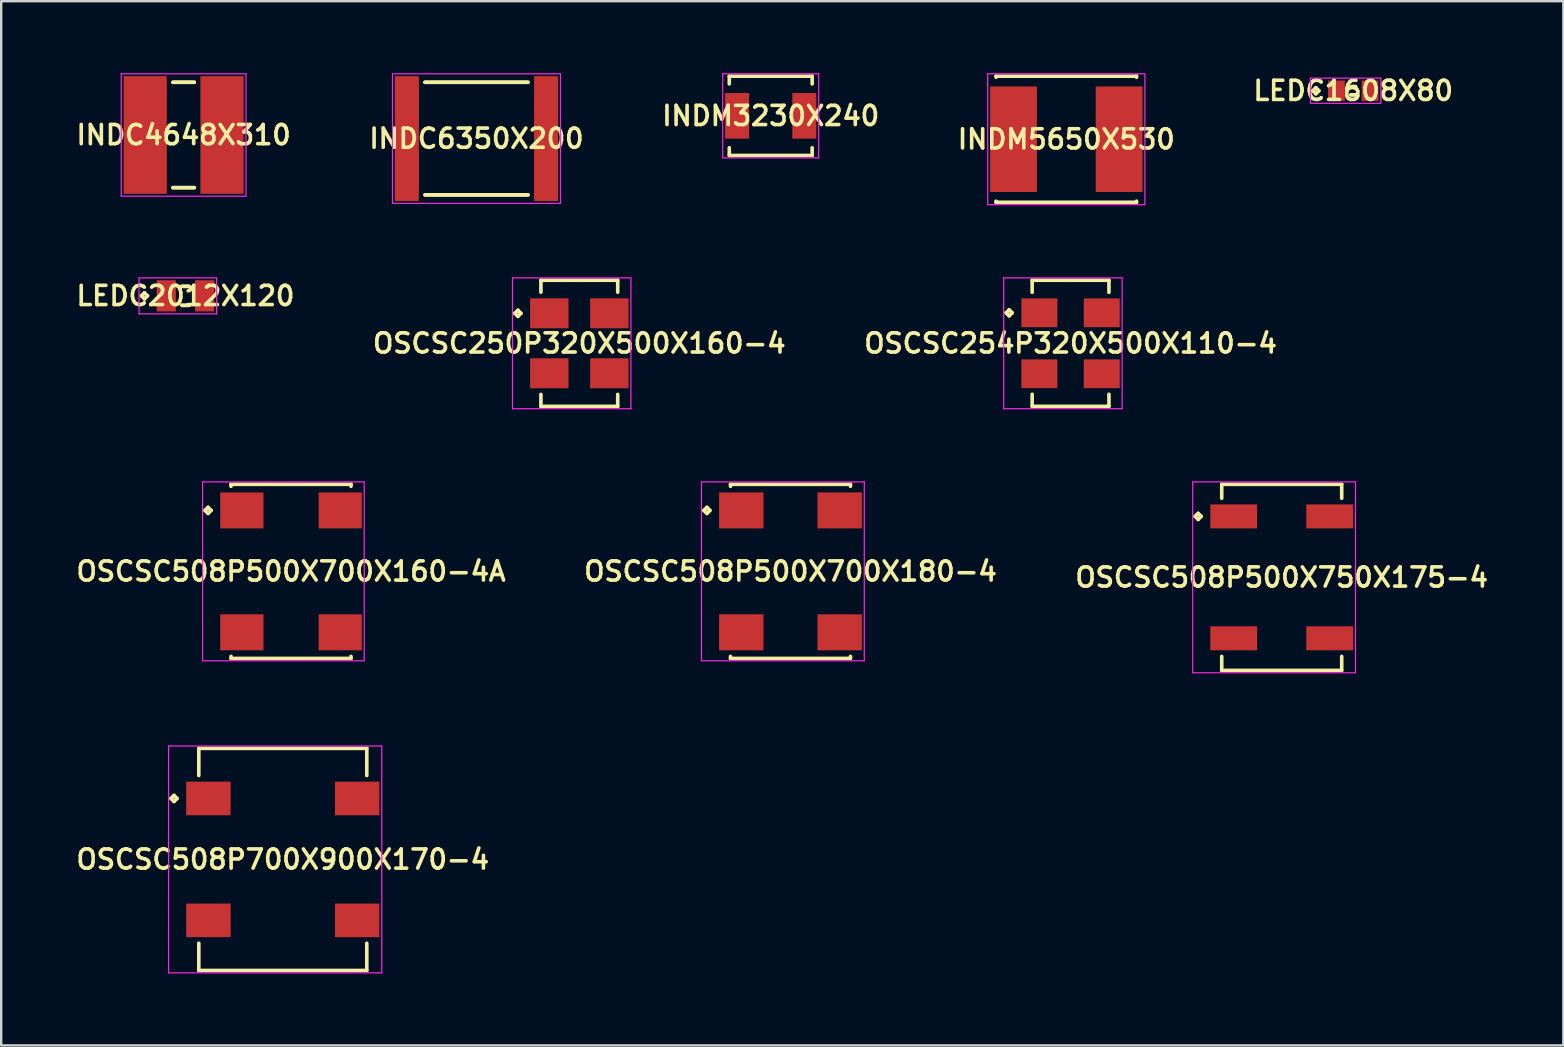
<source format=kicad_pcb>
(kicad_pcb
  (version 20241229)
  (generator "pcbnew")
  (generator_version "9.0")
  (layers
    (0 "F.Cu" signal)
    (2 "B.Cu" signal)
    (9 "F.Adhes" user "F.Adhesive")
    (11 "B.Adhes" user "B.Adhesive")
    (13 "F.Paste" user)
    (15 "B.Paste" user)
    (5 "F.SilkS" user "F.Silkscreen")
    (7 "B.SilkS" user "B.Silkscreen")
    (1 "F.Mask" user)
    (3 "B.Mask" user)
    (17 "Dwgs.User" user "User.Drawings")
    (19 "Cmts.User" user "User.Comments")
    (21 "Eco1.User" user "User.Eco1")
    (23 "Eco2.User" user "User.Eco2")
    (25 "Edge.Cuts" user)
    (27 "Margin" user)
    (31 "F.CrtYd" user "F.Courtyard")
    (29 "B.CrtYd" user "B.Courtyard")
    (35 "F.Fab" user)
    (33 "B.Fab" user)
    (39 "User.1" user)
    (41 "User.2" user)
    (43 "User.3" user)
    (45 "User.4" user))
  (footprint "INDC6350X200"
    (layer "F.Cu")
    (at 16.806 2.725)
    (property "Reference" "INDC6350X200" (at 0 0 0) (layer "F.SilkS") (effects (font (size 0.8 0.8) (thickness 0.15))))
    (attr smd)
    (fp_line (start -2.146 -2.346) (end 2.146 -2.346) (stroke (width 0.15) (type solid)) (layer "F.SilkS"))
    (fp_line (start -2.146 2.346) (end 2.146 2.346) (stroke (width 0.15) (type solid)) (layer "F.SilkS"))
    (fp_line (start 2.146 -2.346) (end -2.146 -2.346) (stroke (width 0.15) (type solid)) (layer "F.SilkS"))
    (fp_line (start 2.146 2.346) (end -2.146 2.346) (stroke (width 0.15) (type solid)) (layer "F.SilkS"))
    (fp_line (start -3.5 -2.7) (end 3.5 -2.7) (stroke (width 0.05) (type solid)) (layer "F.CrtYd"))
    (fp_line (start -3.5 2.7) (end -3.5 -2.7) (stroke (width 0.05) (type solid)) (layer "F.CrtYd"))
    (fp_line (start 3.5 -2.7) (end 3.5 2.7) (stroke (width 0.05) (type solid)) (layer "F.CrtYd"))
    (fp_line (start 3.5 2.7) (end -3.5 2.7) (stroke (width 0.05) (type solid)) (layer "F.CrtYd"))
    (pad "1" smd rect (at -2.9 0) (size 1 5.2) (layers "F.Cu" "F.Mask" "F.Paste"))
    (pad "2" smd rect (at 2.9 0) (size 1 5.2) (layers "F.Cu" "F.Mask" "F.Paste")))
  (footprint "LEDC1608X80"
    (layer "F.Cu")
    (at 53.343 0.731)
    (property "Reference" "LEDC1608X80" (at 0 0 0) (layer "F.SilkS") (effects (font (size 0.8 0.8) (thickness 0.15))))
    (attr smd)
    (fp_line (start -1.685 0) (end -1.558 -0.127) (stroke (width 0.15) (type solid)) (layer "F.SilkS"))
    (fp_line (start -1.558 -0.127) (end -1.431 0) (stroke (width 0.15) (type solid)) (layer "F.SilkS"))
    (fp_line (start -1.558 0.127) (end -1.685 0) (stroke (width 0.15) (type solid)) (layer "F.SilkS"))
    (fp_line (start -1.431 0) (end -1.558 0.127) (stroke (width 0.15) (type solid)) (layer "F.SilkS"))
    (fp_line (start -0.096 -0.171) (end 0.096 -0.171) (stroke (width 0.15) (type solid)) (layer "F.SilkS"))
    (fp_line (start -0.096 0.171) (end 0.096 0.171) (stroke (width 0.15) (type solid)) (layer "F.SilkS"))
    (fp_line (start 0.096 -0.171) (end -0.096 -0.171) (stroke (width 0.15) (type solid)) (layer "F.SilkS"))
    (fp_line (start 0.096 0.171) (end -0.096 0.171) (stroke (width 0.15) (type solid)) (layer "F.SilkS"))
    (fp_line (start -1.785 -0.525) (end 1.15 -0.525) (stroke (width 0.05) (type solid)) (layer "F.CrtYd"))
    (fp_line (start -1.785 0.525) (end -1.785 -0.525) (stroke (width 0.05) (type solid)) (layer "F.CrtYd"))
    (fp_line (start 1.15 -0.525) (end 1.15 0.525) (stroke (width 0.05) (type solid)) (layer "F.CrtYd"))
    (fp_line (start 1.15 0.525) (end -1.785 0.525) (stroke (width 0.05) (type solid)) (layer "F.CrtYd"))
    (pad "1" smd rect (at -0.7 0) (size 0.7 0.85) (layers "F.Cu" "F.Mask" "F.Paste"))
    (pad "2" smd rect (at 0.7 0) (size 0.7 0.85) (layers "F.Cu" "F.Mask" "F.Paste")))
  (footprint "INDM3230X240"
    (layer "F.Cu")
    (at 29.068 1.777)
    (property "Reference" "INDM3230X240" (at 0 0 0) (layer "F.SilkS") (effects (font (size 0.8 0.8) (thickness 0.15))))
    (attr smd)
    (fp_line (start -1.727 -1.652) (end 1.727 -1.652) (stroke (width 0.15) (type solid)) (layer "F.SilkS"))
    (fp_line (start -1.727 -1.331) (end -1.727 -1.652) (stroke (width 0.15) (type solid)) (layer "F.SilkS"))
    (fp_line (start -1.727 1.331) (end -1.727 1.652) (stroke (width 0.15) (type solid)) (layer "F.SilkS"))
    (fp_line (start -1.727 1.652) (end 1.727 1.652) (stroke (width 0.15) (type solid)) (layer "F.SilkS"))
    (fp_line (start 1.727 -1.652) (end 1.727 -1.331) (stroke (width 0.15) (type solid)) (layer "F.SilkS"))
    (fp_line (start 1.727 1.652) (end 1.727 1.331) (stroke (width 0.15) (type solid)) (layer "F.SilkS"))
    (fp_line (start -2 -1.752) (end 2 -1.752) (stroke (width 0.05) (type solid)) (layer "F.CrtYd"))
    (fp_line (start -2 1.752) (end -2 -1.752) (stroke (width 0.05) (type solid)) (layer "F.CrtYd"))
    (fp_line (start 2 -1.752) (end 2 1.752) (stroke (width 0.05) (type solid)) (layer "F.CrtYd"))
    (fp_line (start 2 1.752) (end -2 1.752) (stroke (width 0.05) (type solid)) (layer "F.CrtYd"))
    (pad "1" smd rect (at -1.4 0) (size 1 1.9) (layers "F.Cu" "F.Mask" "F.Paste"))
    (pad "2" smd rect (at 1.4 0) (size 1 1.9) (layers "F.Cu" "F.Mask" "F.Paste")))
  (footprint "OSCSC508P700X900X170-4"
    (layer "F.Cu")
    (at 8.735 32.764)
    (property "Reference" "OSCSC508P700X900X170-4" (at 0 0 0) (layer "F.SilkS") (effects (font (size 0.8 0.8) (thickness 0.15))))
    (attr smd)
    (fp_line (start -4.66 -2.54) (end -4.533 -2.667) (stroke (width 0.15) (type solid)) (layer "F.SilkS"))
    (fp_line (start -4.533 -2.667) (end -4.406 -2.54) (stroke (width 0.15) (type solid)) (layer "F.SilkS"))
    (fp_line (start -4.533 -2.413) (end -4.66 -2.54) (stroke (width 0.15) (type solid)) (layer "F.SilkS"))
    (fp_line (start -4.406 -2.54) (end -4.533 -2.413) (stroke (width 0.15) (type solid)) (layer "F.SilkS"))
    (fp_line (start -3.5 -4.627) (end 3.5 -4.627) (stroke (width 0.15) (type solid)) (layer "F.SilkS"))
    (fp_line (start -3.5 -3.494) (end -3.5 -4.627) (stroke (width 0.15) (type solid)) (layer "F.SilkS"))
    (fp_line (start -3.5 3.494) (end -3.5 4.627) (stroke (width 0.15) (type solid)) (layer "F.SilkS"))
    (fp_line (start -3.5 4.627) (end 3.5 4.627) (stroke (width 0.15) (type solid)) (layer "F.SilkS"))
    (fp_line (start 3.5 -4.627) (end 3.5 -3.494) (stroke (width 0.15) (type solid)) (layer "F.SilkS"))
    (fp_line (start 3.5 4.627) (end 3.5 3.494) (stroke (width 0.15) (type solid)) (layer "F.SilkS"))
    (fp_line (start -4.76 -4.727) (end 4.125 -4.727) (stroke (width 0.05) (type solid)) (layer "F.CrtYd"))
    (fp_line (start -4.76 4.727) (end -4.76 -4.727) (stroke (width 0.05) (type solid)) (layer "F.CrtYd"))
    (fp_line (start 4.125 -4.727) (end 4.125 4.727) (stroke (width 0.05) (type solid)) (layer "F.CrtYd"))
    (fp_line (start 4.125 4.727) (end -4.76 4.727) (stroke (width 0.05) (type solid)) (layer "F.CrtYd"))
    (pad "1" smd rect (at -3.1 -2.54) (size 1.85 1.4) (layers "F.Cu" "F.Mask" "F.Paste"))
    (pad "2" smd rect (at -3.1 2.54) (size 1.85 1.4) (layers "F.Cu" "F.Mask" "F.Paste"))
    (pad "3" smd rect (at 3.1 2.54) (size 1.85 1.4) (layers "F.Cu" "F.Mask" "F.Paste"))
    (pad "4" smd rect (at 3.1 -2.54) (size 1.85 1.4) (layers "F.Cu" "F.Mask" "F.Paste")))
  (footprint "OSCSC250P320X500X160-4"
    (layer "F.Cu")
    (at 21.092 11.256)
    (property "Reference" "OSCSC250P320X500X160-4" (at 0 0 0) (layer "F.SilkS") (effects (font (size 0.8 0.8) (thickness 0.15))))
    (attr smd)
    (fp_line (start -2.685 -1.25) (end -2.558 -1.377) (stroke (width 0.15) (type solid)) (layer "F.SilkS"))
    (fp_line (start -2.558 -1.377) (end -2.431 -1.25) (stroke (width 0.15) (type solid)) (layer "F.SilkS"))
    (fp_line (start -2.558 -1.123) (end -2.685 -1.25) (stroke (width 0.15) (type solid)) (layer "F.SilkS"))
    (fp_line (start -2.431 -1.25) (end -2.558 -1.123) (stroke (width 0.15) (type solid)) (layer "F.SilkS"))
    (fp_line (start -1.6 -2.627) (end 1.6 -2.627) (stroke (width 0.15) (type solid)) (layer "F.SilkS"))
    (fp_line (start -1.6 -2.129) (end -1.6 -2.627) (stroke (width 0.15) (type solid)) (layer "F.SilkS"))
    (fp_line (start -1.6 2.129) (end -1.6 2.627) (stroke (width 0.15) (type solid)) (layer "F.SilkS"))
    (fp_line (start -1.6 2.627) (end 1.6 2.627) (stroke (width 0.15) (type solid)) (layer "F.SilkS"))
    (fp_line (start 1.6 -2.627) (end 1.6 -2.129) (stroke (width 0.15) (type solid)) (layer "F.SilkS"))
    (fp_line (start 1.6 2.627) (end 1.6 2.129) (stroke (width 0.15) (type solid)) (layer "F.SilkS"))
    (fp_line (start -2.785 -2.727) (end 2.15 -2.727) (stroke (width 0.05) (type solid)) (layer "F.CrtYd"))
    (fp_line (start -2.785 2.727) (end -2.785 -2.727) (stroke (width 0.05) (type solid)) (layer "F.CrtYd"))
    (fp_line (start 2.15 -2.727) (end 2.15 2.727) (stroke (width 0.05) (type solid)) (layer "F.CrtYd"))
    (fp_line (start 2.15 2.727) (end -2.785 2.727) (stroke (width 0.05) (type solid)) (layer "F.CrtYd"))
    (pad "1" smd rect (at -1.25 -1.25) (size 1.6 1.25) (layers "F.Cu" "F.Mask" "F.Paste"))
    (pad "2" smd rect (at -1.25 1.25) (size 1.6 1.25) (layers "F.Cu" "F.Mask" "F.Paste"))
    (pad "3" smd rect (at 1.25 1.25) (size 1.6 1.25) (layers "F.Cu" "F.Mask" "F.Paste"))
    (pad "4" smd rect (at 1.25 -1.25) (size 1.6 1.25) (layers "F.Cu" "F.Mask" "F.Paste")))
  (footprint "INDC4648X310"
    (layer "F.Cu")
    (at 4.602 2.575)
    (property "Reference" "INDC4648X310" (at 0 0 0) (layer "F.SilkS") (effects (font (size 0.8 0.8) (thickness 0.15))))
    (attr smd)
    (fp_line (start -0.446 -2.196) (end 0.446 -2.196) (stroke (width 0.15) (type solid)) (layer "F.SilkS"))
    (fp_line (start -0.446 2.196) (end 0.446 2.196) (stroke (width 0.15) (type solid)) (layer "F.SilkS"))
    (fp_line (start 0.446 -2.196) (end -0.446 -2.196) (stroke (width 0.15) (type solid)) (layer "F.SilkS"))
    (fp_line (start 0.446 2.196) (end -0.446 2.196) (stroke (width 0.15) (type solid)) (layer "F.SilkS"))
    (fp_line (start -2.6 -2.55) (end 2.6 -2.55) (stroke (width 0.05) (type solid)) (layer "F.CrtYd"))
    (fp_line (start -2.6 2.55) (end -2.6 -2.55) (stroke (width 0.05) (type solid)) (layer "F.CrtYd"))
    (fp_line (start 2.6 -2.55) (end 2.6 2.55) (stroke (width 0.05) (type solid)) (layer "F.CrtYd"))
    (fp_line (start 2.6 2.55) (end -2.6 2.55) (stroke (width 0.05) (type solid)) (layer "F.CrtYd"))
    (pad "1" smd rect (at -1.6 0) (size 1.8 4.9) (layers "F.Cu" "F.Mask" "F.Paste"))
    (pad "2" smd rect (at 1.6 0) (size 1.8 4.9) (layers "F.Cu" "F.Mask" "F.Paste")))
  (footprint "OSCSC508P500X750X175-4"
    (layer "F.Cu")
    (at 50.363 21.01)
    (property "Reference" "OSCSC508P500X750X175-4" (at 0 0 0) (layer "F.SilkS") (effects (font (size 0.8 0.8) (thickness 0.15))))
    (attr smd)
    (fp_line (start -3.61 -2.54) (end -3.483 -2.667) (stroke (width 0.15) (type solid)) (layer "F.SilkS"))
    (fp_line (start -3.483 -2.667) (end -3.356 -2.54) (stroke (width 0.15) (type solid)) (layer "F.SilkS"))
    (fp_line (start -3.483 -2.413) (end -3.61 -2.54) (stroke (width 0.15) (type solid)) (layer "F.SilkS"))
    (fp_line (start -3.356 -2.54) (end -3.483 -2.413) (stroke (width 0.15) (type solid)) (layer "F.SilkS"))
    (fp_line (start -2.5 -3.877) (end 2.5 -3.877) (stroke (width 0.15) (type solid)) (layer "F.SilkS"))
    (fp_line (start -2.5 -3.294) (end -2.5 -3.877) (stroke (width 0.15) (type solid)) (layer "F.SilkS"))
    (fp_line (start -2.5 3.294) (end -2.5 3.877) (stroke (width 0.15) (type solid)) (layer "F.SilkS"))
    (fp_line (start -2.5 3.877) (end 2.5 3.877) (stroke (width 0.15) (type solid)) (layer "F.SilkS"))
    (fp_line (start 2.5 -3.877) (end 2.5 -3.294) (stroke (width 0.15) (type solid)) (layer "F.SilkS"))
    (fp_line (start 2.5 3.877) (end 2.5 3.294) (stroke (width 0.15) (type solid)) (layer "F.SilkS"))
    (fp_line (start -3.71 -3.977) (end 3.075 -3.977) (stroke (width 0.05) (type solid)) (layer "F.CrtYd"))
    (fp_line (start -3.71 3.977) (end -3.71 -3.977) (stroke (width 0.05) (type solid)) (layer "F.CrtYd"))
    (fp_line (start 3.075 -3.977) (end 3.075 3.977) (stroke (width 0.05) (type solid)) (layer "F.CrtYd"))
    (fp_line (start 3.075 3.977) (end -3.71 3.977) (stroke (width 0.05) (type solid)) (layer "F.CrtYd"))
    (pad "1" smd rect (at -2 -2.54) (size 1.95 1) (layers "F.Cu" "F.Mask" "F.Paste"))
    (pad "2" smd rect (at -2 2.54) (size 1.95 1) (layers "F.Cu" "F.Mask" "F.Paste"))
    (pad "3" smd rect (at 2 2.54) (size 1.95 1) (layers "F.Cu" "F.Mask" "F.Paste"))
    (pad "4" smd rect (at 2 -2.54) (size 1.95 1) (layers "F.Cu" "F.Mask" "F.Paste")))
  (footprint "OSCSC254P320X500X110-4"
    (layer "F.Cu")
    (at 41.563 11.256)
    (property "Reference" "OSCSC254P320X500X110-4" (at 0 0 0) (layer "F.SilkS") (effects (font (size 0.8 0.8) (thickness 0.15))))
    (attr smd)
    (fp_line (start -2.685 -1.27) (end -2.558 -1.397) (stroke (width 0.15) (type solid)) (layer "F.SilkS"))
    (fp_line (start -2.558 -1.397) (end -2.431 -1.27) (stroke (width 0.15) (type solid)) (layer "F.SilkS"))
    (fp_line (start -2.558 -1.143) (end -2.685 -1.27) (stroke (width 0.15) (type solid)) (layer "F.SilkS"))
    (fp_line (start -2.431 -1.27) (end -2.558 -1.143) (stroke (width 0.15) (type solid)) (layer "F.SilkS"))
    (fp_line (start -1.6 -2.627) (end 1.6 -2.627) (stroke (width 0.15) (type solid)) (layer "F.SilkS"))
    (fp_line (start -1.6 -2.124) (end -1.6 -2.627) (stroke (width 0.15) (type solid)) (layer "F.SilkS"))
    (fp_line (start -1.6 2.124) (end -1.6 2.627) (stroke (width 0.15) (type solid)) (layer "F.SilkS"))
    (fp_line (start -1.6 2.627) (end 1.6 2.627) (stroke (width 0.15) (type solid)) (layer "F.SilkS"))
    (fp_line (start 1.6 -2.627) (end 1.6 -2.124) (stroke (width 0.15) (type solid)) (layer "F.SilkS"))
    (fp_line (start 1.6 2.627) (end 1.6 2.124) (stroke (width 0.15) (type solid)) (layer "F.SilkS"))
    (fp_line (start -2.785 -2.727) (end 2.15 -2.727) (stroke (width 0.05) (type solid)) (layer "F.CrtYd"))
    (fp_line (start -2.785 2.727) (end -2.785 -2.727) (stroke (width 0.05) (type solid)) (layer "F.CrtYd"))
    (fp_line (start 2.15 -2.727) (end 2.15 2.727) (stroke (width 0.05) (type solid)) (layer "F.CrtYd"))
    (fp_line (start 2.15 2.727) (end -2.785 2.727) (stroke (width 0.05) (type solid)) (layer "F.CrtYd"))
    (pad "1" smd rect (at -1.3 -1.27) (size 1.5 1.2) (layers "F.Cu" "F.Mask" "F.Paste"))
    (pad "2" smd rect (at -1.3 1.27) (size 1.5 1.2) (layers "F.Cu" "F.Mask" "F.Paste"))
    (pad "3" smd rect (at 1.3 1.27) (size 1.5 1.2) (layers "F.Cu" "F.Mask" "F.Paste"))
    (pad "4" smd rect (at 1.3 -1.27) (size 1.5 1.2) (layers "F.Cu" "F.Mask" "F.Paste")))
  (footprint "OSCSC508P500X700X180-4"
    (layer "F.Cu")
    (at 29.892 20.76)
    (property "Reference" "OSCSC508P500X700X180-4" (at 0 0 0) (layer "F.SilkS") (effects (font (size 0.8 0.8) (thickness 0.15))))
    (attr smd)
    (fp_line (start -3.61 -2.54) (end -3.483 -2.667) (stroke (width 0.15) (type solid)) (layer "F.SilkS"))
    (fp_line (start -3.483 -2.667) (end -3.356 -2.54) (stroke (width 0.15) (type solid)) (layer "F.SilkS"))
    (fp_line (start -3.483 -2.413) (end -3.61 -2.54) (stroke (width 0.15) (type solid)) (layer "F.SilkS"))
    (fp_line (start -3.356 -2.54) (end -3.483 -2.413) (stroke (width 0.15) (type solid)) (layer "F.SilkS"))
    (fp_line (start -2.5 -3.627) (end 2.5 -3.627) (stroke (width 0.15) (type solid)) (layer "F.SilkS"))
    (fp_line (start -2.5 -3.544) (end -2.5 -3.627) (stroke (width 0.15) (type solid)) (layer "F.SilkS"))
    (fp_line (start -2.5 3.544) (end -2.5 3.627) (stroke (width 0.15) (type solid)) (layer "F.SilkS"))
    (fp_line (start -2.5 3.627) (end 2.5 3.627) (stroke (width 0.15) (type solid)) (layer "F.SilkS"))
    (fp_line (start 2.5 -3.627) (end 2.5 -3.544) (stroke (width 0.15) (type solid)) (layer "F.SilkS"))
    (fp_line (start 2.5 3.627) (end 2.5 3.544) (stroke (width 0.15) (type solid)) (layer "F.SilkS"))
    (fp_line (start -3.71 -3.727) (end 3.075 -3.727) (stroke (width 0.05) (type solid)) (layer "F.CrtYd"))
    (fp_line (start -3.71 3.727) (end -3.71 -3.727) (stroke (width 0.05) (type solid)) (layer "F.CrtYd"))
    (fp_line (start 3.075 -3.727) (end 3.075 3.727) (stroke (width 0.05) (type solid)) (layer "F.CrtYd"))
    (fp_line (start 3.075 3.727) (end -3.71 3.727) (stroke (width 0.05) (type solid)) (layer "F.CrtYd"))
    (pad "1" smd rect (at -2.05 -2.54) (size 1.85 1.5) (layers "F.Cu" "F.Mask" "F.Paste"))
    (pad "2" smd rect (at -2.05 2.54) (size 1.85 1.5) (layers "F.Cu" "F.Mask" "F.Paste"))
    (pad "3" smd rect (at 2.05 2.54) (size 1.85 1.5) (layers "F.Cu" "F.Mask" "F.Paste"))
    (pad "4" smd rect (at 2.05 -2.54) (size 1.85 1.5) (layers "F.Cu" "F.Mask" "F.Paste")))
  (footprint "LEDC2012X120"
    (layer "F.Cu")
    (at 4.678 9.279)
    (property "Reference" "LEDC2012X120" (at 0 0 0) (layer "F.SilkS") (effects (font (size 0.8 0.8) (thickness 0.15))))
    (attr smd)
    (fp_line (start -1.835 0) (end -1.708 -0.127) (stroke (width 0.15) (type solid)) (layer "F.SilkS"))
    (fp_line (start -1.708 -0.127) (end -1.581 0) (stroke (width 0.15) (type solid)) (layer "F.SilkS"))
    (fp_line (start -1.708 0.127) (end -1.835 0) (stroke (width 0.15) (type solid)) (layer "F.SilkS"))
    (fp_line (start -1.581 0) (end -1.708 0.127) (stroke (width 0.15) (type solid)) (layer "F.SilkS"))
    (fp_line (start -0.146 -0.396) (end 0.146 -0.396) (stroke (width 0.15) (type solid)) (layer "F.SilkS"))
    (fp_line (start -0.146 0.396) (end 0.146 0.396) (stroke (width 0.15) (type solid)) (layer "F.SilkS"))
    (fp_line (start 0.146 -0.396) (end -0.146 -0.396) (stroke (width 0.15) (type solid)) (layer "F.SilkS"))
    (fp_line (start 0.146 0.396) (end -0.146 0.396) (stroke (width 0.15) (type solid)) (layer "F.SilkS"))
    (fp_line (start -1.935 -0.75) (end 1.3 -0.75) (stroke (width 0.05) (type solid)) (layer "F.CrtYd"))
    (fp_line (start -1.935 0.75) (end -1.935 -0.75) (stroke (width 0.05) (type solid)) (layer "F.CrtYd"))
    (fp_line (start 1.3 -0.75) (end 1.3 0.75) (stroke (width 0.05) (type solid)) (layer "F.CrtYd"))
    (fp_line (start 1.3 0.75) (end -1.935 0.75) (stroke (width 0.05) (type solid)) (layer "F.CrtYd"))
    (pad "1" smd rect (at -0.8 0) (size 0.8 1.3) (layers "F.Cu" "F.Mask" "F.Paste"))
    (pad "2" smd rect (at 0.8 0) (size 0.8 1.3) (layers "F.Cu" "F.Mask" "F.Paste")))
  (footprint "INDM5650X530"
    (layer "F.Cu")
    (at 41.386 2.752)
    (property "Reference" "INDM5650X530" (at 0 0 0) (layer "F.SilkS") (effects (font (size 0.8 0.8) (thickness 0.15))))
    (attr smd)
    (fp_line (start -2.927 -2.627) (end 2.927 -2.627) (stroke (width 0.15) (type solid)) (layer "F.SilkS"))
    (fp_line (start -2.927 -2.581) (end -2.927 -2.627) (stroke (width 0.15) (type solid)) (layer "F.SilkS"))
    (fp_line (start -2.927 2.581) (end -2.927 2.627) (stroke (width 0.15) (type solid)) (layer "F.SilkS"))
    (fp_line (start -2.927 2.627) (end 2.927 2.627) (stroke (width 0.15) (type solid)) (layer "F.SilkS"))
    (fp_line (start 2.927 -2.627) (end 2.927 -2.581) (stroke (width 0.15) (type solid)) (layer "F.SilkS"))
    (fp_line (start 2.927 2.627) (end 2.927 2.581) (stroke (width 0.15) (type solid)) (layer "F.SilkS"))
    (fp_line (start -3.275 -2.727) (end 3.275 -2.727) (stroke (width 0.05) (type solid)) (layer "F.CrtYd"))
    (fp_line (start -3.275 2.727) (end -3.275 -2.727) (stroke (width 0.05) (type solid)) (layer "F.CrtYd"))
    (fp_line (start 3.275 -2.727) (end 3.275 2.727) (stroke (width 0.05) (type solid)) (layer "F.CrtYd"))
    (fp_line (start 3.275 2.727) (end -3.275 2.727) (stroke (width 0.05) (type solid)) (layer "F.CrtYd"))
    (pad "1" smd rect (at -2.2 0) (size 1.95 4.4) (layers "F.Cu" "F.Mask" "F.Paste"))
    (pad "2" smd rect (at 2.2 0) (size 1.95 4.4) (layers "F.Cu" "F.Mask" "F.Paste")))
  (footprint "OSCSC508P500X700X160-4A"
    (layer "F.Cu")
    (at 9.078 20.76)
    (property "Reference" "OSCSC508P500X700X160-4A" (at 0 0 0) (layer "F.SilkS") (effects (font (size 0.8 0.8) (thickness 0.15))))
    (attr smd)
    (fp_line (start -3.585 -2.54) (end -3.458 -2.667) (stroke (width 0.15) (type solid)) (layer "F.SilkS"))
    (fp_line (start -3.458 -2.667) (end -3.331 -2.54) (stroke (width 0.15) (type solid)) (layer "F.SilkS"))
    (fp_line (start -3.458 -2.413) (end -3.585 -2.54) (stroke (width 0.15) (type solid)) (layer "F.SilkS"))
    (fp_line (start -3.331 -2.54) (end -3.458 -2.413) (stroke (width 0.15) (type solid)) (layer "F.SilkS"))
    (fp_line (start -2.5 -3.627) (end 2.5 -3.627) (stroke (width 0.15) (type solid)) (layer "F.SilkS"))
    (fp_line (start -2.5 -3.544) (end -2.5 -3.627) (stroke (width 0.15) (type solid)) (layer "F.SilkS"))
    (fp_line (start -2.5 3.544) (end -2.5 3.627) (stroke (width 0.15) (type solid)) (layer "F.SilkS"))
    (fp_line (start -2.5 3.627) (end 2.5 3.627) (stroke (width 0.15) (type solid)) (layer "F.SilkS"))
    (fp_line (start 2.5 -3.627) (end 2.5 -3.544) (stroke (width 0.15) (type solid)) (layer "F.SilkS"))
    (fp_line (start 2.5 3.627) (end 2.5 3.544) (stroke (width 0.15) (type solid)) (layer "F.SilkS"))
    (fp_line (start -3.685 -3.727) (end 3.05 -3.727) (stroke (width 0.05) (type solid)) (layer "F.CrtYd"))
    (fp_line (start -3.685 3.727) (end -3.685 -3.727) (stroke (width 0.05) (type solid)) (layer "F.CrtYd"))
    (fp_line (start 3.05 -3.727) (end 3.05 3.727) (stroke (width 0.05) (type solid)) (layer "F.CrtYd"))
    (fp_line (start 3.05 3.727) (end -3.685 3.727) (stroke (width 0.05) (type solid)) (layer "F.CrtYd"))
    (pad "1" smd rect (at -2.05 -2.54) (size 1.8 1.5) (layers "F.Cu" "F.Mask" "F.Paste"))
    (pad "2" smd rect (at -2.05 2.54) (size 1.8 1.5) (layers "F.Cu" "F.Mask" "F.Paste"))
    (pad "3" smd rect (at 2.05 2.54) (size 1.8 1.5) (layers "F.Cu" "F.Mask" "F.Paste"))
    (pad "4" smd rect (at 2.05 -2.54) (size 1.8 1.5) (layers "F.Cu" "F.Mask" "F.Paste")))
  (gr_rect
    (start -3 -3)
    (end 62.099 40.516)
    (stroke (width 0.1) (type default))
    (fill no)
    (layer "Edge.Cuts")))
</source>
